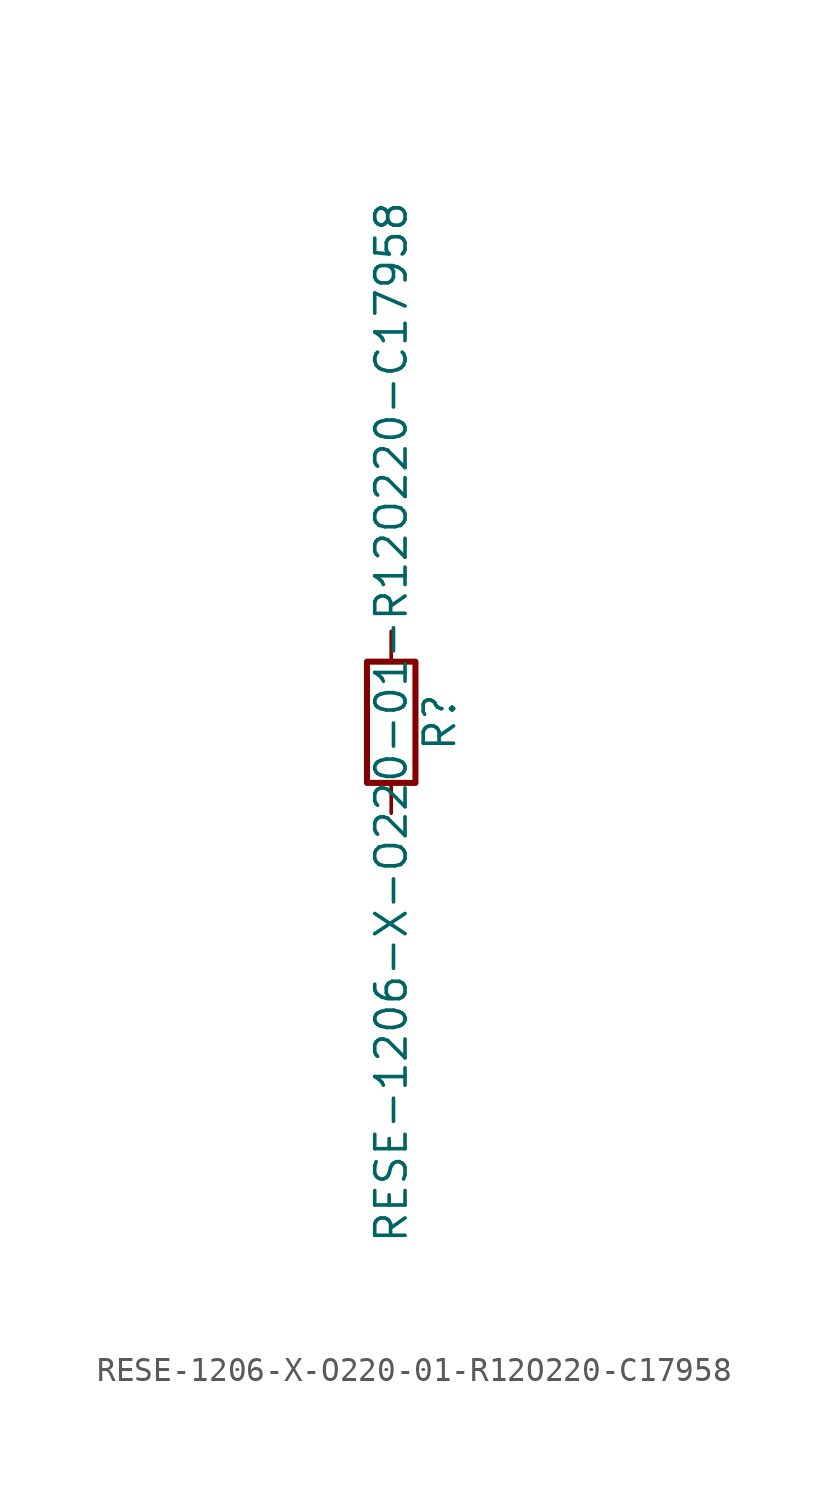
<source format=kicad_sym>
(kicad_symbol_lib
  (version 20211014)
  (generator kicad_symbol_editor)
  (symbol "RESE-1206-X-O220-01-R12O220-C17958"
    (pin_numbers hide)
    (pin_names
      (offset 0))
    (property "Reference" "R"
      (at 2.032 0 90)
      (effects (font (size 1.27 1.27))))
    (property "Value" "RESE-1206-X-O220-01-R12O220-C17958"
      (at 0 0 90)
      (effects (font (size 1.27 1.27))))
    (symbol "RESE-1206-X-O220-01-R12O220-C17958_0_1"
      (rectangle (start -1.016 -2.54) (end 1.016 2.54) (stroke (width 0.254) (type default) (color 0 0 0 0)) (fill (type none))))
    (symbol "RESE-1206-X-O220-01-R12O220-C17958_1_1"
      (pin passive line (at 0 3.81 270) (length 1.27) (name "~" (effects (font (size 1.27 1.27)))) (number "1" (effects (font (size 1.27 1.27)))))
      (pin passive line (at 0 -3.81 90) (length 1.27) (name "~" (effects (font (size 1.27 1.27)))) (number "2" (effects (font (size 1.27 1.27))))))))
</source>
